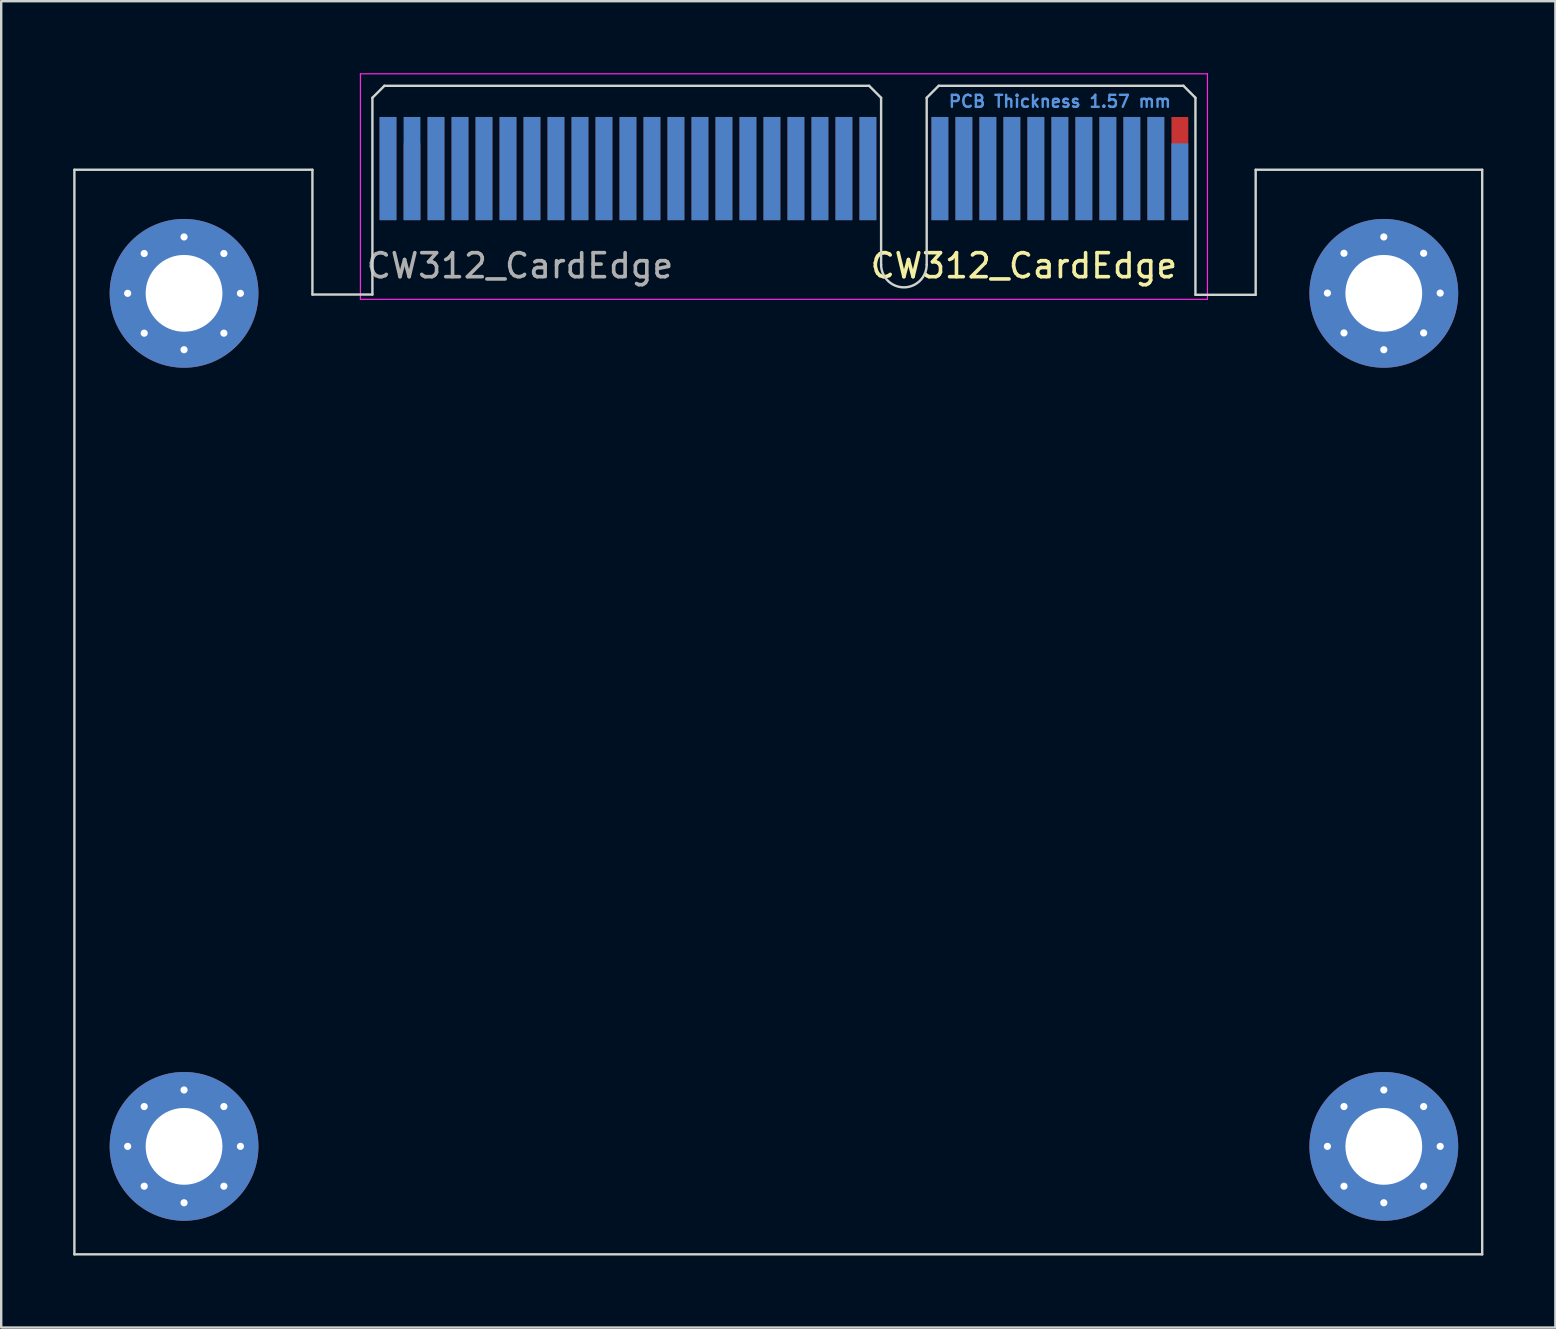
<source format=kicad_pcb>
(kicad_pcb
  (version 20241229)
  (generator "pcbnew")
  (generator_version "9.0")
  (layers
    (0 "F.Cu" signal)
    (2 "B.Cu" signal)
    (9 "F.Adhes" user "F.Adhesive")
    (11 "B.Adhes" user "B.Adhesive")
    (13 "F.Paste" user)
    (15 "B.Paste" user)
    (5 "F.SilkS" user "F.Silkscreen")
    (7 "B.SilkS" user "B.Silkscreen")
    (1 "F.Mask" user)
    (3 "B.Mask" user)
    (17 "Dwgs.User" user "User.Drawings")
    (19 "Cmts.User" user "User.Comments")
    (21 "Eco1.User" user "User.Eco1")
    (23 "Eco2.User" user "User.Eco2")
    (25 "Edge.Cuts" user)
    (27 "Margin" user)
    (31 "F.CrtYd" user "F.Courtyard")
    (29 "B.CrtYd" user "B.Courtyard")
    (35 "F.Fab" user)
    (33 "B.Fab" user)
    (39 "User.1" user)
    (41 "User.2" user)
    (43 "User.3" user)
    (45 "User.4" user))
  (footprint "CW312_CardEdge"
    (layer "F.Cu")
    (at 4.62 1.025)
    (property "Reference" "CW312_CardEdge" (at 35 7 180) (layer "F.SilkS") (effects (font (size 1 1) (thickness 0.15))))
    (attr exclude_from_pos_files)
    (fp_rect (start 7.62 -0.762) (end 42.418 5.08) (stroke (width 0.1) (type solid)) (fill yes) (layer "F.Mask"))
    (fp_rect (start 7.62 -0.762) (end 42.418 5.08) (stroke (width 0.1) (type solid)) (fill yes) (layer "B.Mask"))
    (fp_line (start -4.57 3) (end -4.57 48.2) (stroke (width 0.1) (type default)) (layer "Edge.Cuts"))
    (fp_line (start 5.35 3) (end -4.57 3) (stroke (width 0.1) (type default)) (layer "Edge.Cuts"))
    (fp_line (start 5.35 8.2) (end 5.35 3) (stroke (width 0.1) (type default)) (layer "Edge.Cuts"))
    (fp_line (start 7.85 0) (end 8.35 -0.5) (stroke (width 0.1) (type solid)) (layer "Edge.Cuts"))
    (fp_line (start 7.85 8.2) (end 5.35 8.2) (stroke (width 0.1) (type default)) (layer "Edge.Cuts"))
    (fp_line (start 7.85 8.2) (end 7.85 0) (stroke (width 0.1) (type solid)) (layer "Edge.Cuts"))
    (fp_line (start 28.55 -0.5) (end 8.35 -0.5) (stroke (width 0.1) (type solid)) (layer "Edge.Cuts"))
    (fp_line (start 29.05 0) (end 28.55 -0.5) (stroke (width 0.1) (type solid)) (layer "Edge.Cuts"))
    (fp_line (start 29.05 6.95) (end 29.05 0) (stroke (width 0.1) (type solid)) (layer "Edge.Cuts"))
    (fp_line (start 30.95 0) (end 31.45 -0.5) (stroke (width 0.1) (type solid)) (layer "Edge.Cuts"))
    (fp_line (start 30.95 6.95) (end 30.95 0) (stroke (width 0.1) (type solid)) (layer "Edge.Cuts"))
    (fp_line (start 41.65 -0.5) (end 31.45 -0.5) (stroke (width 0.1) (type solid)) (layer "Edge.Cuts"))
    (fp_line (start 42.15 0) (end 41.65 -0.5) (stroke (width 0.1) (type solid)) (layer "Edge.Cuts"))
    (fp_line (start 42.15 8.21) (end 42.15 0) (stroke (width 0.1) (type solid)) (layer "Edge.Cuts"))
    (fp_line (start 42.15 8.21) (end 44.66 8.21) (stroke (width 0.1) (type default)) (layer "Edge.Cuts"))
    (fp_line (start 44.66 3) (end 54.1 3) (stroke (width 0.1) (type default)) (layer "Edge.Cuts"))
    (fp_line (start 44.66 8.21) (end 44.66 3) (stroke (width 0.1) (type default)) (layer "Edge.Cuts"))
    (fp_line (start 54.1 3) (end 54.1 48.2) (stroke (width 0.1) (type default)) (layer "Edge.Cuts"))
    (fp_line (start 54.1 48.2) (end -4.57 48.2) (stroke (width 0.1) (type default)) (layer "Edge.Cuts"))
    (fp_arc (start 30.95 6.95) (mid 30 7.9) (end 29.05 6.95) (stroke (width 0.1) (type solid)) (layer "Edge.Cuts"))
    (fp_line (start 7.35 -1) (end 7.35 8.4) (stroke (width 0.05) (type solid)) (layer "F.CrtYd"))
    (fp_line (start 7.35 -1) (end 42.65 -1) (stroke (width 0.05) (type solid)) (layer "F.CrtYd"))
    (fp_line (start 42.65 8.4) (end 7.35 8.4) (stroke (width 0.05) (type solid)) (layer "F.CrtYd"))
    (fp_line (start 42.65 8.4) (end 42.65 -1) (stroke (width 0.05) (type solid)) (layer "F.CrtYd"))
    (fp_text user "PCB Thickness 1.57 mm" (at 36.5 0.15 0) (layer "Cmts.User") (effects (font (size 0.5 0.5) (thickness 0.1))))
    (fp_text user "${REFERENCE}" (at 14 7 180) (layer "F.Fab") (effects (font (size 1 1) (thickness 0.15))))
    (pad "A1" connect rect (at 41.5 3.5 180) (size 0.7 3.2) (layers "B.Cu" "B.Mask"))
    (pad "A2" connect rect (at 40.5 2.95 180) (size 0.7 4.3) (layers "B.Cu" "B.Mask"))
    (pad "A3" connect rect (at 39.5 2.95 180) (size 0.7 4.3) (layers "B.Cu" "B.Mask"))
    (pad "A4" connect rect (at 38.5 2.95 180) (size 0.7 4.3) (layers "B.Cu" "B.Mask"))
    (pad "A5" connect rect (at 37.5 2.95 180) (size 0.7 4.3) (layers "B.Cu" "B.Mask"))
    (pad "A6" connect rect (at 36.5 2.95 180) (size 0.7 4.3) (layers "B.Cu" "B.Mask"))
    (pad "A7" connect rect (at 35.5 2.95 180) (size 0.7 4.3) (layers "B.Cu" "B.Mask"))
    (pad "A8" connect rect (at 34.5 2.95 180) (size 0.7 4.3) (layers "B.Cu" "B.Mask"))
    (pad "A9" connect rect (at 33.5 2.95 180) (size 0.7 4.3) (layers "B.Cu" "B.Mask"))
    (pad "A10" connect rect (at 32.5 2.95 180) (size 0.7 4.3) (layers "B.Cu" "B.Mask"))
    (pad "A11" connect rect (at 31.5 2.95 180) (size 0.7 4.3) (layers "B.Cu" "B.Mask"))
    (pad "A12" connect rect (at 28.5 2.95 180) (size 0.7 4.3) (layers "B.Cu" "B.Mask"))
    (pad "A13" connect rect (at 27.5 2.95 180) (size 0.7 4.3) (layers "B.Cu" "B.Mask"))
    (pad "A14" connect rect (at 26.5 2.95 180) (size 0.7 4.3) (layers "B.Cu" "B.Mask"))
    (pad "A15" connect rect (at 25.5 2.95 180) (size 0.7 4.3) (layers "B.Cu" "B.Mask"))
    (pad "A16" connect rect (at 24.5 2.95 180) (size 0.7 4.3) (layers "B.Cu" "B.Mask"))
    (pad "A17" connect rect (at 23.5 2.95 180) (size 0.7 4.3) (layers "B.Cu" "B.Mask"))
    (pad "A18" connect rect (at 22.5 2.95 180) (size 0.7 4.3) (layers "B.Cu" "B.Mask"))
    (pad "A19" connect rect (at 21.5 2.95 180) (size 0.7 4.3) (layers "B.Cu" "B.Mask"))
    (pad "A20" connect rect (at 20.5 2.95 180) (size 0.7 4.3) (layers "B.Cu" "B.Mask"))
    (pad "A21" connect rect (at 19.5 2.95 180) (size 0.7 4.3) (layers "B.Cu" "B.Mask"))
    (pad "A22" connect rect (at 18.5 2.95 180) (size 0.7 4.3) (layers "B.Cu" "B.Mask"))
    (pad "A23" connect rect (at 17.5 2.95 180) (size 0.7 4.3) (layers "B.Cu" "B.Mask"))
    (pad "A24" connect rect (at 16.5 2.95 180) (size 0.7 4.3) (layers "B.Cu" "B.Mask"))
    (pad "A25" connect rect (at 15.5 2.95 180) (size 0.7 4.3) (layers "B.Cu" "B.Mask"))
    (pad "A26" connect rect (at 14.5 2.95 180) (size 0.7 4.3) (layers "B.Cu" "B.Mask"))
    (pad "A27" connect rect (at 13.5 2.95 180) (size 0.7 4.3) (layers "B.Cu" "B.Mask"))
    (pad "A28" connect rect (at 12.5 2.95 180) (size 0.7 4.3) (layers "B.Cu" "B.Mask"))
    (pad "A29" connect rect (at 11.5 2.95 180) (size 0.7 4.3) (layers "B.Cu" "B.Mask"))
    (pad "A30" connect rect (at 10.5 2.95 180) (size 0.7 4.3) (layers "B.Cu" "B.Mask"))
    (pad "A31" connect rect (at 9.5 2.95 180) (size 0.7 4.3) (layers "B.Cu" "B.Mask"))
    (pad "A32" connect rect (at 8.5 2.95 180) (size 0.7 4.3) (layers "B.Cu" "B.Mask"))
    (pad "B1" connect rect (at 41.5 2.95 180) (size 0.7 4.3) (layers "F.Cu" "F.Mask"))
    (pad "B2" connect rect (at 40.5 2.95 180) (size 0.7 4.3) (layers "F.Cu" "F.Mask"))
    (pad "B3" connect rect (at 39.5 2.95 180) (size 0.7 4.3) (layers "F.Cu" "F.Mask"))
    (pad "B4" connect rect (at 38.5 2.95 180) (size 0.7 4.3) (layers "F.Cu" "F.Mask"))
    (pad "B5" connect rect (at 37.5 2.95 180) (size 0.7 4.3) (layers "F.Cu" "F.Mask"))
    (pad "B6" connect rect (at 36.5 2.95 180) (size 0.7 4.3) (layers "F.Cu" "F.Mask"))
    (pad "B7" connect rect (at 35.5 2.95 180) (size 0.7 4.3) (layers "F.Cu" "F.Mask"))
    (pad "B8" connect rect (at 34.5 2.95 180) (size 0.7 4.3) (layers "F.Cu" "F.Mask"))
    (pad "B9" connect rect (at 33.5 2.95 180) (size 0.7 4.3) (layers "F.Cu" "F.Mask"))
    (pad "B10" connect rect (at 32.5 2.95 180) (size 0.7 4.3) (layers "F.Cu" "F.Mask"))
    (pad "B11" connect rect (at 31.5 2.95 180) (size 0.7 4.3) (layers "F.Cu" "F.Mask"))
    (pad "B12" connect rect (at 28.5 2.95 180) (size 0.7 4.3) (layers "F.Cu" "F.Mask"))
    (pad "B13" connect rect (at 27.5 2.95 180) (size 0.7 4.3) (layers "F.Cu" "F.Mask"))
    (pad "B14" connect rect (at 26.5 2.95 180) (size 0.7 4.3) (layers "F.Cu" "F.Mask"))
    (pad "B15" connect rect (at 25.5 2.95 180) (size 0.7 4.3) (layers "F.Cu" "F.Mask"))
    (pad "B16" connect rect (at 24.5 2.95 180) (size 0.7 4.3) (layers "F.Cu" "F.Mask"))
    (pad "B17" connect rect (at 23.5 2.95 180) (size 0.7 4.3) (layers "F.Cu" "F.Mask"))
    (pad "B18" connect rect (at 22.5 2.95 180) (size 0.7 4.3) (layers "F.Cu" "F.Mask"))
    (pad "B19" connect rect (at 21.5 2.95 180) (size 0.7 4.3) (layers "F.Cu" "F.Mask"))
    (pad "B20" connect rect (at 20.5 2.95 180) (size 0.7 4.3) (layers "F.Cu" "F.Mask"))
    (pad "B21" connect rect (at 19.5 2.95 180) (size 0.7 4.3) (layers "F.Cu" "F.Mask"))
    (pad "B22" connect rect (at 18.5 2.95 180) (size 0.7 4.3) (layers "F.Cu" "F.Mask"))
    (pad "B23" connect rect (at 17.5 2.95 180) (size 0.7 4.3) (layers "F.Cu" "F.Mask"))
    (pad "B24" connect rect (at 16.5 2.95 180) (size 0.7 4.3) (layers "F.Cu" "F.Mask"))
    (pad "B25" connect rect (at 15.5 2.95 180) (size 0.7 4.3) (layers "F.Cu" "F.Mask"))
    (pad "B26" connect rect (at 14.5 2.95 180) (size 0.7 4.3) (layers "F.Cu" "F.Mask"))
    (pad "B27" connect rect (at 13.5 2.95 180) (size 0.7 4.3) (layers "F.Cu" "F.Mask"))
    (pad "B28" connect rect (at 12.5 2.95 180) (size 0.7 4.3) (layers "F.Cu" "F.Mask"))
    (pad "B29" connect rect (at 11.5 2.95 180) (size 0.7 4.3) (layers "F.Cu" "F.Mask"))
    (pad "B30" connect rect (at 10.5 2.95 180) (size 0.7 4.3) (layers "F.Cu" "F.Mask"))
    (pad "B31" connect rect (at 9.5 3.5 180) (size 0.7 3.2) (layers "F.Cu" "F.Mask"))
    (pad "B32" connect rect (at 8.5 2.95 180) (size 0.7 4.3) (layers "F.Cu" "F.Mask"))
    (pad "MH1" thru_hole circle (at -2.35 8.15) (size 1 1) (drill 0.3) (layers "*.Cu" "*.Mask"))
    (pad "MH1" thru_hole circle (at -1.66 6.49) (size 1 1) (drill 0.3) (layers "*.Cu" "*.Mask"))
    (pad "MH1" thru_hole circle (at -1.66 9.81) (size 1 1) (drill 0.3) (layers "*.Cu" "*.Mask"))
    (pad "MH1" thru_hole circle (at 0 5.8) (size 1 1) (drill 0.3) (layers "*.Cu" "*.Mask"))
    (pad "MH1" thru_hole circle (at 0 8.15) (size 6.2 6.2) (drill 3.2) (layers "*.Cu" "*.Mask"))
    (pad "MH1" thru_hole circle (at 0 10.5) (size 1 1) (drill 0.3) (layers "*.Cu" "*.Mask"))
    (pad "MH1" thru_hole circle (at 1.66 6.49) (size 1 1) (drill 0.3) (layers "*.Cu" "*.Mask"))
    (pad "MH1" thru_hole circle (at 1.66 9.81) (size 1 1) (drill 0.3) (layers "*.Cu" "*.Mask"))
    (pad "MH1" thru_hole circle (at 2.35 8.15) (size 1 1) (drill 0.3) (layers "*.Cu" "*.Mask"))
    (pad "MH2" thru_hole circle (at 47.65 8.14) (size 1 1) (drill 0.3) (layers "*.Cu" "*.Mask"))
    (pad "MH2" thru_hole circle (at 48.34 6.48) (size 1 1) (drill 0.3) (layers "*.Cu" "*.Mask"))
    (pad "MH2" thru_hole circle (at 48.34 9.8) (size 1 1) (drill 0.3) (layers "*.Cu" "*.Mask"))
    (pad "MH2" thru_hole circle (at 50 5.8) (size 1 1) (drill 0.3) (layers "*.Cu" "*.Mask"))
    (pad "MH2" thru_hole circle (at 50 8.15) (size 6.2 6.2) (drill 3.2) (layers "*.Cu" "*.Mask"))
    (pad "MH2" thru_hole circle (at 50 10.5) (size 1 1) (drill 0.3) (layers "*.Cu" "*.Mask"))
    (pad "MH2" thru_hole circle (at 51.66 6.48) (size 1 1) (drill 0.3) (layers "*.Cu" "*.Mask"))
    (pad "MH2" thru_hole circle (at 51.66 9.8) (size 1 1) (drill 0.3) (layers "*.Cu" "*.Mask"))
    (pad "MH2" thru_hole circle (at 52.35 8.14) (size 1 1) (drill 0.3) (layers "*.Cu" "*.Mask"))
    (pad "MH3" thru_hole circle (at -2.35 43.7) (size 1 1) (drill 0.3) (layers "*.Cu" "*.Mask"))
    (pad "MH3" thru_hole circle (at -1.66 42.04) (size 1 1) (drill 0.3) (layers "*.Cu" "*.Mask"))
    (pad "MH3" thru_hole circle (at -1.66 45.36) (size 1 1) (drill 0.3) (layers "*.Cu" "*.Mask"))
    (pad "MH3" thru_hole circle (at 0 41.35) (size 1 1) (drill 0.3) (layers "*.Cu" "*.Mask"))
    (pad "MH3" thru_hole circle (at 0 43.7) (size 6.2 6.2) (drill 3.2) (layers "*.Cu" "*.Mask"))
    (pad "MH3" thru_hole circle (at 0 46.05) (size 1 1) (drill 0.3) (layers "*.Cu" "*.Mask"))
    (pad "MH3" thru_hole circle (at 1.66 42.04) (size 1 1) (drill 0.3) (layers "*.Cu" "*.Mask"))
    (pad "MH3" thru_hole circle (at 1.66 45.36) (size 1 1) (drill 0.3) (layers "*.Cu" "*.Mask"))
    (pad "MH3" thru_hole circle (at 2.35 43.7) (size 1 1) (drill 0.3) (layers "*.Cu" "*.Mask"))
    (pad "MH4" thru_hole circle (at 47.65 43.7) (size 1 1) (drill 0.3) (layers "*.Cu" "*.Mask"))
    (pad "MH4" thru_hole circle (at 48.34 42.04) (size 1 1) (drill 0.3) (layers "*.Cu" "*.Mask"))
    (pad "MH4" thru_hole circle (at 48.34 45.36) (size 1 1) (drill 0.3) (layers "*.Cu" "*.Mask"))
    (pad "MH4" thru_hole circle (at 50 41.35) (size 1 1) (drill 0.3) (layers "*.Cu" "*.Mask"))
    (pad "MH4" thru_hole circle (at 50 43.7) (size 6.2 6.2) (drill 3.2) (layers "*.Cu" "*.Mask"))
    (pad "MH4" thru_hole circle (at 50 46.05) (size 1 1) (drill 0.3) (layers "*.Cu" "*.Mask"))
    (pad "MH4" thru_hole circle (at 51.66 42.04) (size 1 1) (drill 0.3) (layers "*.Cu" "*.Mask"))
    (pad "MH4" thru_hole circle (at 51.66 45.36) (size 1 1) (drill 0.3) (layers "*.Cu" "*.Mask"))
    (pad "MH4" thru_hole circle (at 52.35 43.7) (size 1 1) (drill 0.3) (layers "*.Cu" "*.Mask")))
  (gr_rect
    (start -3 -3)
    (end 61.77 52.275)
    (stroke (width 0.1) (type default))
    (fill no)
    (layer "Edge.Cuts")))
</source>
